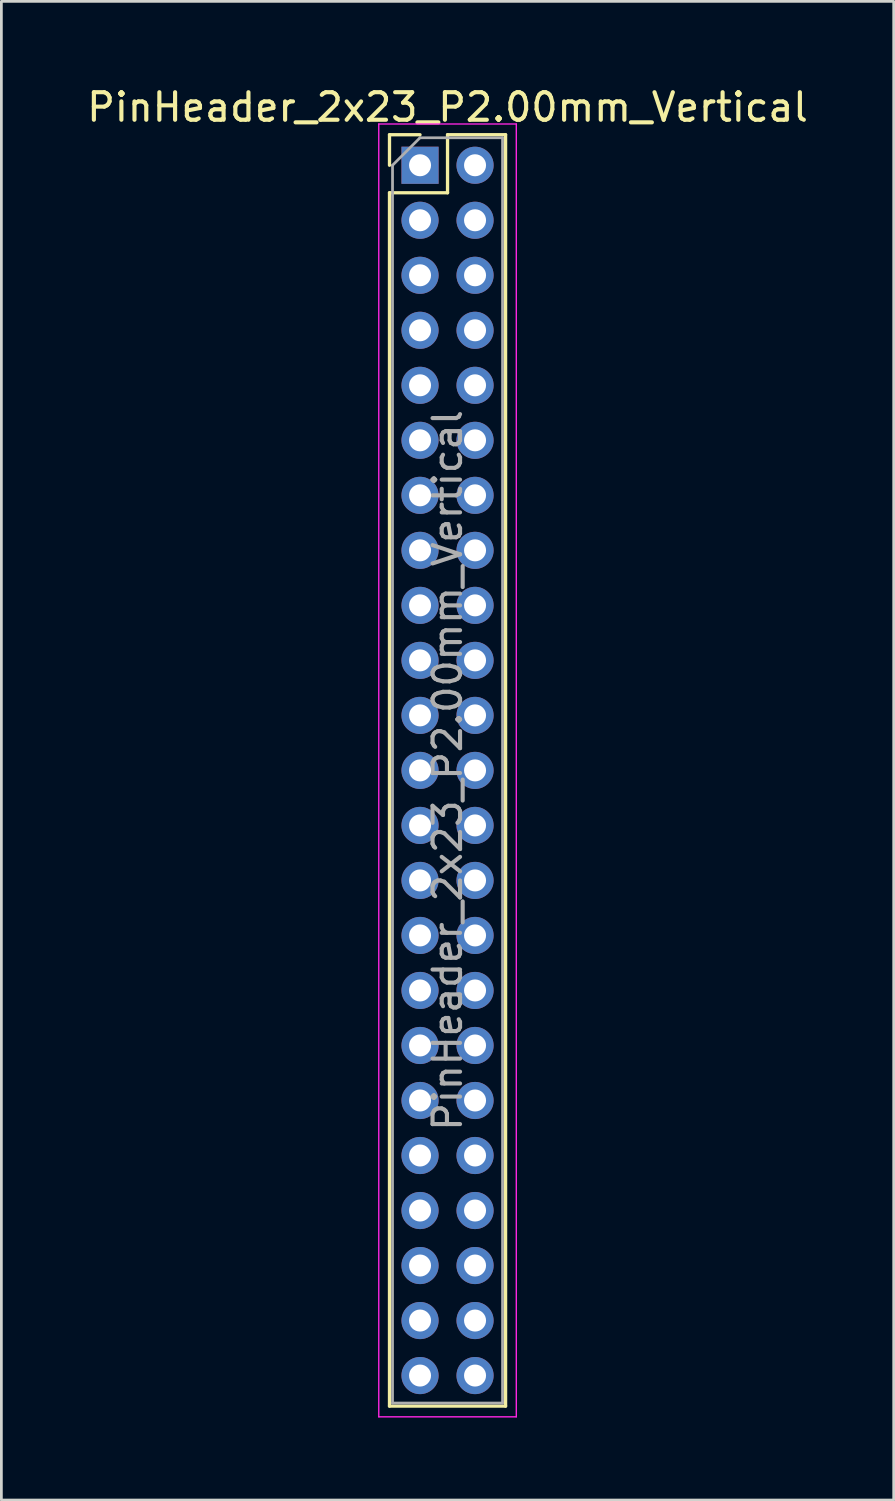
<source format=kicad_pcb>
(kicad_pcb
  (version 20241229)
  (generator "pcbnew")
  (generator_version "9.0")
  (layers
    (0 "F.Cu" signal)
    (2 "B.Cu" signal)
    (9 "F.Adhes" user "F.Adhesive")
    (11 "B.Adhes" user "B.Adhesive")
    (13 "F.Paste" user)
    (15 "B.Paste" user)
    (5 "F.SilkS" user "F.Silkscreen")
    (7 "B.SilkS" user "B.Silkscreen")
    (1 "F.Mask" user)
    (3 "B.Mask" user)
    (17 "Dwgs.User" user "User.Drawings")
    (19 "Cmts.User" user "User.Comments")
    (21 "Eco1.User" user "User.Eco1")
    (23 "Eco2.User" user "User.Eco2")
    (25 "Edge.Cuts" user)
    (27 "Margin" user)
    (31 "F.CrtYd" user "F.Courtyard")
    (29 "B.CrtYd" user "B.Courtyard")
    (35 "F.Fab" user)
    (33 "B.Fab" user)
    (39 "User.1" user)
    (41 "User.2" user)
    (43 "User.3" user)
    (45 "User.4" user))
  (footprint "PinHeader_2x23_P2.00mm_Vertical"
    (layer "F.Cu")
    (at 12.22 2.958)
    (property "Reference" "PinHeader_2x23_P2.00mm_Vertical" (at 1 -2.11 0) (layer "F.SilkS") (effects (font (size 1 1) (thickness 0.15))))
    (attr through_hole)
    (fp_line (start -1.11 -1.11) (end 0 -1.11) (stroke (width 0.12) (type solid)) (layer "F.SilkS"))
    (fp_line (start -1.11 0) (end -1.11 -1.11) (stroke (width 0.12) (type solid)) (layer "F.SilkS"))
    (fp_line (start -1.11 1) (end -1.11 45.11) (stroke (width 0.12) (type solid)) (layer "F.SilkS"))
    (fp_line (start -1.11 1) (end 1 1) (stroke (width 0.12) (type solid)) (layer "F.SilkS"))
    (fp_line (start -1.11 45.11) (end 3.11 45.11) (stroke (width 0.12) (type solid)) (layer "F.SilkS"))
    (fp_line (start 1 -1.11) (end 3.11 -1.11) (stroke (width 0.12) (type solid)) (layer "F.SilkS"))
    (fp_line (start 1 1) (end 1 -1.11) (stroke (width 0.12) (type solid)) (layer "F.SilkS"))
    (fp_line (start 3.11 -1.11) (end 3.11 45.11) (stroke (width 0.12) (type solid)) (layer "F.SilkS"))
    (fp_line (start -1.5 -1.5) (end -1.5 45.5) (stroke (width 0.05) (type solid)) (layer "F.CrtYd"))
    (fp_line (start -1.5 45.5) (end 3.5 45.5) (stroke (width 0.05) (type solid)) (layer "F.CrtYd"))
    (fp_line (start 3.5 -1.5) (end -1.5 -1.5) (stroke (width 0.05) (type solid)) (layer "F.CrtYd"))
    (fp_line (start 3.5 45.5) (end 3.5 -1.5) (stroke (width 0.05) (type solid)) (layer "F.CrtYd"))
    (fp_line (start -1 0) (end 0 -1) (stroke (width 0.1) (type solid)) (layer "F.Fab"))
    (fp_line (start -1 45) (end -1 0) (stroke (width 0.1) (type solid)) (layer "F.Fab"))
    (fp_line (start 0 -1) (end 3 -1) (stroke (width 0.1) (type solid)) (layer "F.Fab"))
    (fp_line (start 3 -1) (end 3 45) (stroke (width 0.1) (type solid)) (layer "F.Fab"))
    (fp_line (start 3 45) (end -1 45) (stroke (width 0.1) (type solid)) (layer "F.Fab"))
    (fp_text user "${REFERENCE}" (at 1 22 90) (layer "F.Fab") (effects (font (size 1 1) (thickness 0.15))))
    (pad "1" thru_hole rect (at 0 0) (size 1.35 1.35) (drill 0.8) (layers "*.Cu" "*.Mask"))
    (pad "2" thru_hole circle (at 2 0) (size 1.35 1.35) (drill 0.8) (layers "*.Cu" "*.Mask"))
    (pad "3" thru_hole circle (at 0 2) (size 1.35 1.35) (drill 0.8) (layers "*.Cu" "*.Mask"))
    (pad "4" thru_hole circle (at 2 2) (size 1.35 1.35) (drill 0.8) (layers "*.Cu" "*.Mask"))
    (pad "5" thru_hole circle (at 0 4) (size 1.35 1.35) (drill 0.8) (layers "*.Cu" "*.Mask"))
    (pad "6" thru_hole circle (at 2 4) (size 1.35 1.35) (drill 0.8) (layers "*.Cu" "*.Mask"))
    (pad "7" thru_hole circle (at 0 6) (size 1.35 1.35) (drill 0.8) (layers "*.Cu" "*.Mask"))
    (pad "8" thru_hole circle (at 2 6) (size 1.35 1.35) (drill 0.8) (layers "*.Cu" "*.Mask"))
    (pad "9" thru_hole circle (at 0 8) (size 1.35 1.35) (drill 0.8) (layers "*.Cu" "*.Mask"))
    (pad "10" thru_hole circle (at 2 8) (size 1.35 1.35) (drill 0.8) (layers "*.Cu" "*.Mask"))
    (pad "11" thru_hole circle (at 0 10) (size 1.35 1.35) (drill 0.8) (layers "*.Cu" "*.Mask"))
    (pad "12" thru_hole circle (at 2 10) (size 1.35 1.35) (drill 0.8) (layers "*.Cu" "*.Mask"))
    (pad "13" thru_hole circle (at 0 12) (size 1.35 1.35) (drill 0.8) (layers "*.Cu" "*.Mask"))
    (pad "14" thru_hole circle (at 2 12) (size 1.35 1.35) (drill 0.8) (layers "*.Cu" "*.Mask"))
    (pad "15" thru_hole circle (at 0 14) (size 1.35 1.35) (drill 0.8) (layers "*.Cu" "*.Mask"))
    (pad "16" thru_hole circle (at 2 14) (size 1.35 1.35) (drill 0.8) (layers "*.Cu" "*.Mask"))
    (pad "17" thru_hole circle (at 0 16) (size 1.35 1.35) (drill 0.8) (layers "*.Cu" "*.Mask"))
    (pad "18" thru_hole circle (at 2 16) (size 1.35 1.35) (drill 0.8) (layers "*.Cu" "*.Mask"))
    (pad "19" thru_hole circle (at 0 18) (size 1.35 1.35) (drill 0.8) (layers "*.Cu" "*.Mask"))
    (pad "20" thru_hole circle (at 2 18) (size 1.35 1.35) (drill 0.8) (layers "*.Cu" "*.Mask"))
    (pad "21" thru_hole circle (at 0 20) (size 1.35 1.35) (drill 0.8) (layers "*.Cu" "*.Mask"))
    (pad "22" thru_hole circle (at 2 20) (size 1.35 1.35) (drill 0.8) (layers "*.Cu" "*.Mask"))
    (pad "23" thru_hole circle (at 0 22) (size 1.35 1.35) (drill 0.8) (layers "*.Cu" "*.Mask"))
    (pad "24" thru_hole circle (at 2 22) (size 1.35 1.35) (drill 0.8) (layers "*.Cu" "*.Mask"))
    (pad "25" thru_hole circle (at 0 24) (size 1.35 1.35) (drill 0.8) (layers "*.Cu" "*.Mask"))
    (pad "26" thru_hole circle (at 2 24) (size 1.35 1.35) (drill 0.8) (layers "*.Cu" "*.Mask"))
    (pad "27" thru_hole circle (at 0 26) (size 1.35 1.35) (drill 0.8) (layers "*.Cu" "*.Mask"))
    (pad "28" thru_hole circle (at 2 26) (size 1.35 1.35) (drill 0.8) (layers "*.Cu" "*.Mask"))
    (pad "29" thru_hole circle (at 0 28) (size 1.35 1.35) (drill 0.8) (layers "*.Cu" "*.Mask"))
    (pad "30" thru_hole circle (at 2 28) (size 1.35 1.35) (drill 0.8) (layers "*.Cu" "*.Mask"))
    (pad "31" thru_hole circle (at 0 30) (size 1.35 1.35) (drill 0.8) (layers "*.Cu" "*.Mask"))
    (pad "32" thru_hole circle (at 2 30) (size 1.35 1.35) (drill 0.8) (layers "*.Cu" "*.Mask"))
    (pad "33" thru_hole circle (at 0 32) (size 1.35 1.35) (drill 0.8) (layers "*.Cu" "*.Mask"))
    (pad "34" thru_hole circle (at 2 32) (size 1.35 1.35) (drill 0.8) (layers "*.Cu" "*.Mask"))
    (pad "35" thru_hole circle (at 0 34) (size 1.35 1.35) (drill 0.8) (layers "*.Cu" "*.Mask"))
    (pad "36" thru_hole circle (at 2 34) (size 1.35 1.35) (drill 0.8) (layers "*.Cu" "*.Mask"))
    (pad "37" thru_hole circle (at 0 36) (size 1.35 1.35) (drill 0.8) (layers "*.Cu" "*.Mask"))
    (pad "38" thru_hole circle (at 2 36) (size 1.35 1.35) (drill 0.8) (layers "*.Cu" "*.Mask"))
    (pad "39" thru_hole circle (at 0 38) (size 1.35 1.35) (drill 0.8) (layers "*.Cu" "*.Mask"))
    (pad "40" thru_hole circle (at 2 38) (size 1.35 1.35) (drill 0.8) (layers "*.Cu" "*.Mask"))
    (pad "41" thru_hole circle (at 0 40) (size 1.35 1.35) (drill 0.8) (layers "*.Cu" "*.Mask"))
    (pad "42" thru_hole circle (at 2 40) (size 1.35 1.35) (drill 0.8) (layers "*.Cu" "*.Mask"))
    (pad "43" thru_hole circle (at 0 42) (size 1.35 1.35) (drill 0.8) (layers "*.Cu" "*.Mask"))
    (pad "44" thru_hole circle (at 2 42) (size 1.35 1.35) (drill 0.8) (layers "*.Cu" "*.Mask"))
    (pad "45" thru_hole circle (at 0 44) (size 1.35 1.35) (drill 0.8) (layers "*.Cu" "*.Mask"))
    (pad "46" thru_hole circle (at 2 44) (size 1.35 1.35) (drill 0.8) (layers "*.Cu" "*.Mask")))
  (gr_rect
    (start -3 -3)
    (end 29.44 51.483)
    (stroke (width 0.1) (type default))
    (fill no)
    (layer "Edge.Cuts")))
</source>
